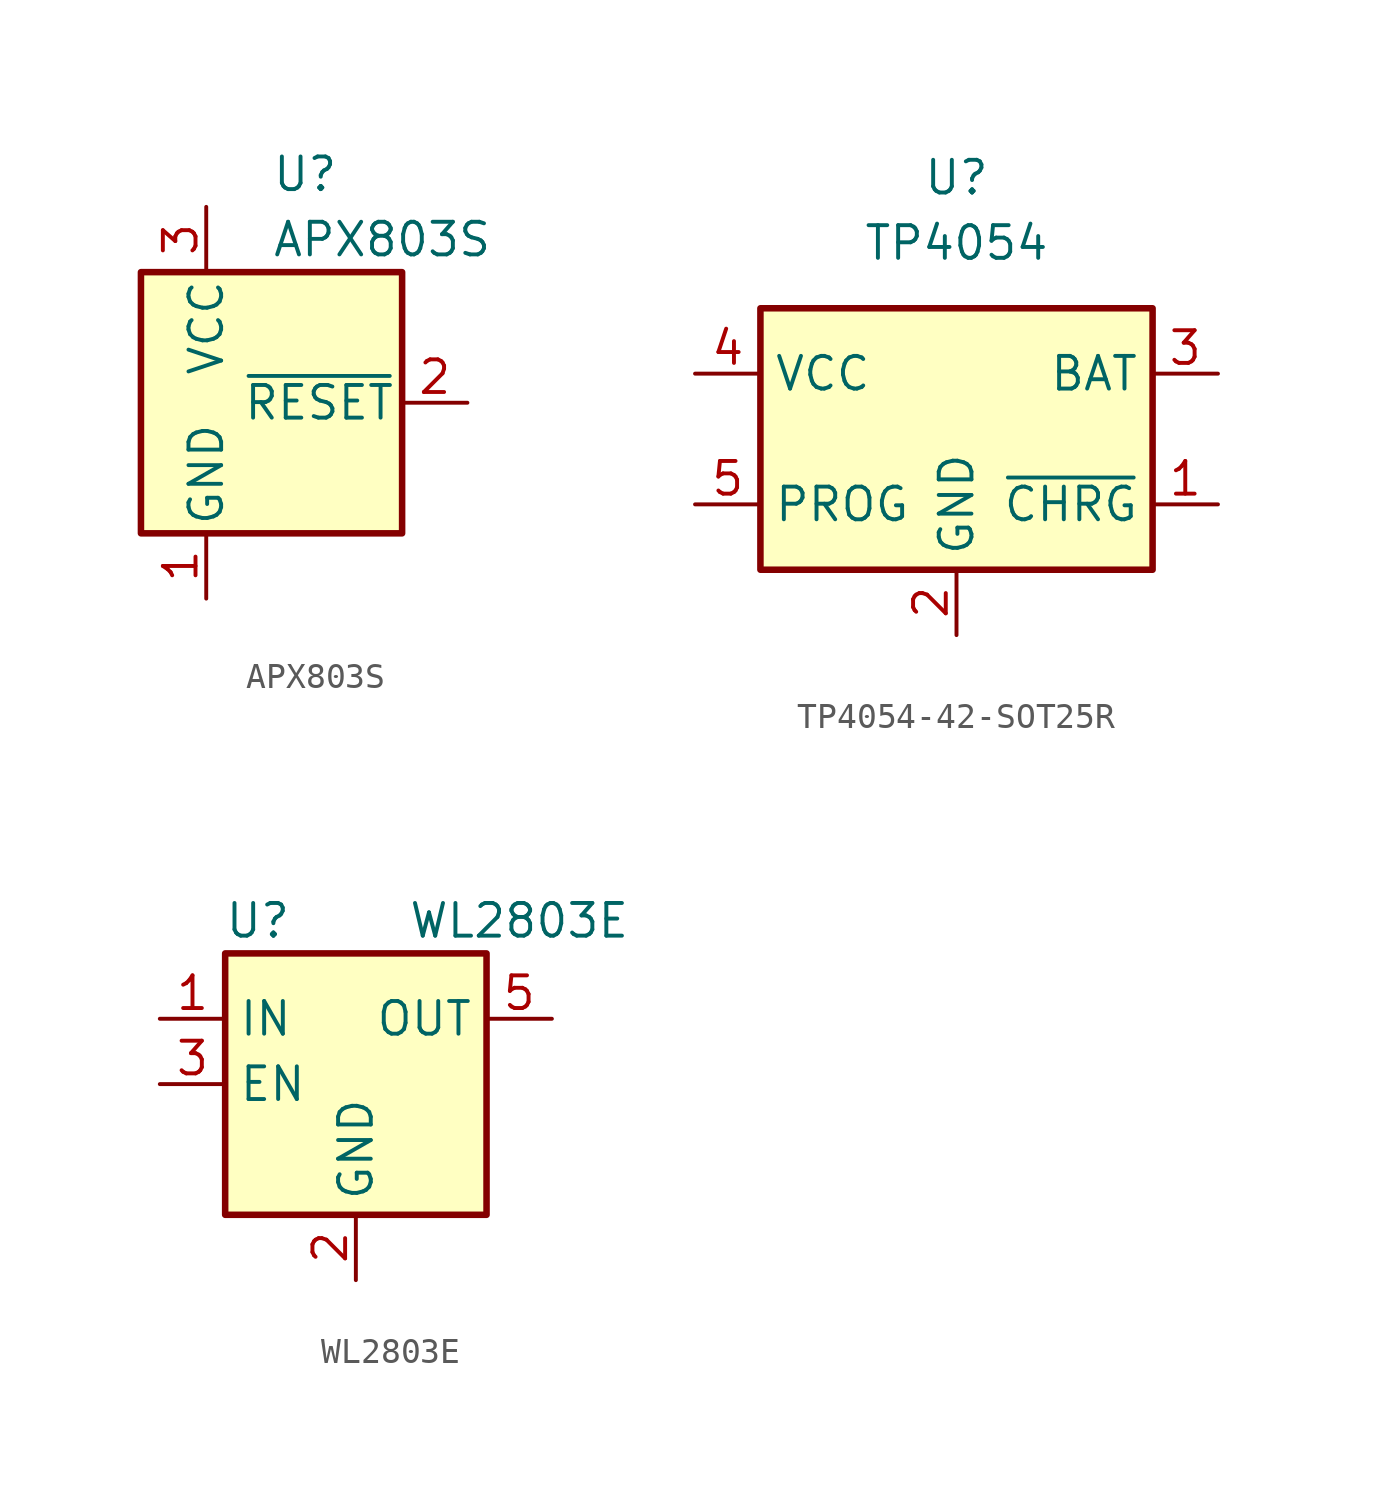
<source format=kicad_sym>
(kicad_symbol_lib
  (version 20220914)
  (generator kicad_symbol_editor)
  (symbol "APX803S"
    (pin_names
      (offset 0.254))
    (property "Reference" "U"
      (at 2.54 8.89 0)
      (effects (font (size 1.27 1.27)) (justify left)))
    (property "Value" "APX803S"
      (at 2.54 6.35 0)
      (effects (font (size 1.27 1.27)) (justify left)))
    (symbol "APX803S_0_1"
      (rectangle (start -2.54 5.08) (end 7.62 -5.08) (stroke (width 0.254) (type default)) (fill (type background))))
    (symbol "APX803S_1_1"
      (pin power_in line (at 0 -7.62 90) (length 2.54) (name "GND" (effects (font (size 1.27 1.27)))) (number "1" (effects (font (size 1.27 1.27)))))
      (pin output line (at 10.16 0 180) (length 2.54) (name "~{RESET}" (effects (font (size 1.27 1.27)))) (number "2" (effects (font (size 1.27 1.27)))))
      (pin power_in line (at 0 7.62 270) (length 2.54) (name "VCC" (effects (font (size 1.27 1.27)))) (number "3" (effects (font (size 1.27 1.27)))))))
  (symbol "TP4054-42-SOT25R"
    (property "Reference" "U"
      (at 0 10.16 0)
      (effects (font (size 1.27 1.27))))
    (property "Value" "TP4054"
      (at 0 7.62 0)
      (effects (font (size 1.27 1.27))))
    (symbol "TP4054-42-SOT25R_1_1"
      (rectangle (start -7.62 5.08) (end 7.62 -5.08) (stroke (width 0.254) (type default)) (fill (type background)))
      (pin open_collector line (at 10.16 -2.54 180) (length 2.54) (name "~{CHRG}" (effects (font (size 1.27 1.27)))) (number "1" (effects (font (size 1.27 1.27)))))
      (pin power_in line (at 0 -7.62 90) (length 2.54) (name "GND" (effects (font (size 1.27 1.27)))) (number "2" (effects (font (size 1.27 1.27)))))
      (pin power_out line (at 10.16 2.54 180) (length 2.54) (name "BAT" (effects (font (size 1.27 1.27)))) (number "3" (effects (font (size 1.27 1.27)))))
      (pin power_in line (at -10.16 2.54 0) (length 2.54) (name "VCC" (effects (font (size 1.27 1.27)))) (number "4" (effects (font (size 1.27 1.27)))))
      (pin input line (at -10.16 -2.54 0) (length 2.54) (name "PROG" (effects (font (size 1.27 1.27)))) (number "5" (effects (font (size 1.27 1.27)))))))
  (symbol "WL2803E"
    (property "Reference" "U"
      (at -3.81 6.35 0)
      (effects (font (size 1.27 1.27))))
    (property "Value" "WL2803E"
      (at 6.35 6.35 0)
      (effects (font (size 1.27 1.27))))
    (symbol "WL2803E_0_1"
      (rectangle (start -5.08 -5.08) (end 5.08 5.08) (stroke (width 0.254) (type default)) (fill (type background)))
      (pin power_in line (at -7.62 2.54 0) (length 2.54) (name "IN" (effects (font (size 1.27 1.27)))) (number "1" (effects (font (size 1.27 1.27)))))
      (pin power_in line (at 0 -7.62 90) (length 2.54) (name "GND" (effects (font (size 1.27 1.27)))) (number "2" (effects (font (size 1.27 1.27)))))
      (pin input line (at -7.62 0 0) (length 2.54) (name "EN" (effects (font (size 1.27 1.27)))) (number "3" (effects (font (size 1.27 1.27)))))
      (pin no_connect line (at 5.08 0 180) (length 2.54) hide (name "NC" (effects (font (size 1.27 1.27)))) (number "4" (effects (font (size 1.27 1.27)))))
      (pin power_out line (at 7.62 2.54 180) (length 2.54) (name "OUT" (effects (font (size 1.27 1.27)))) (number "5" (effects (font (size 1.27 1.27))))))))
</source>
